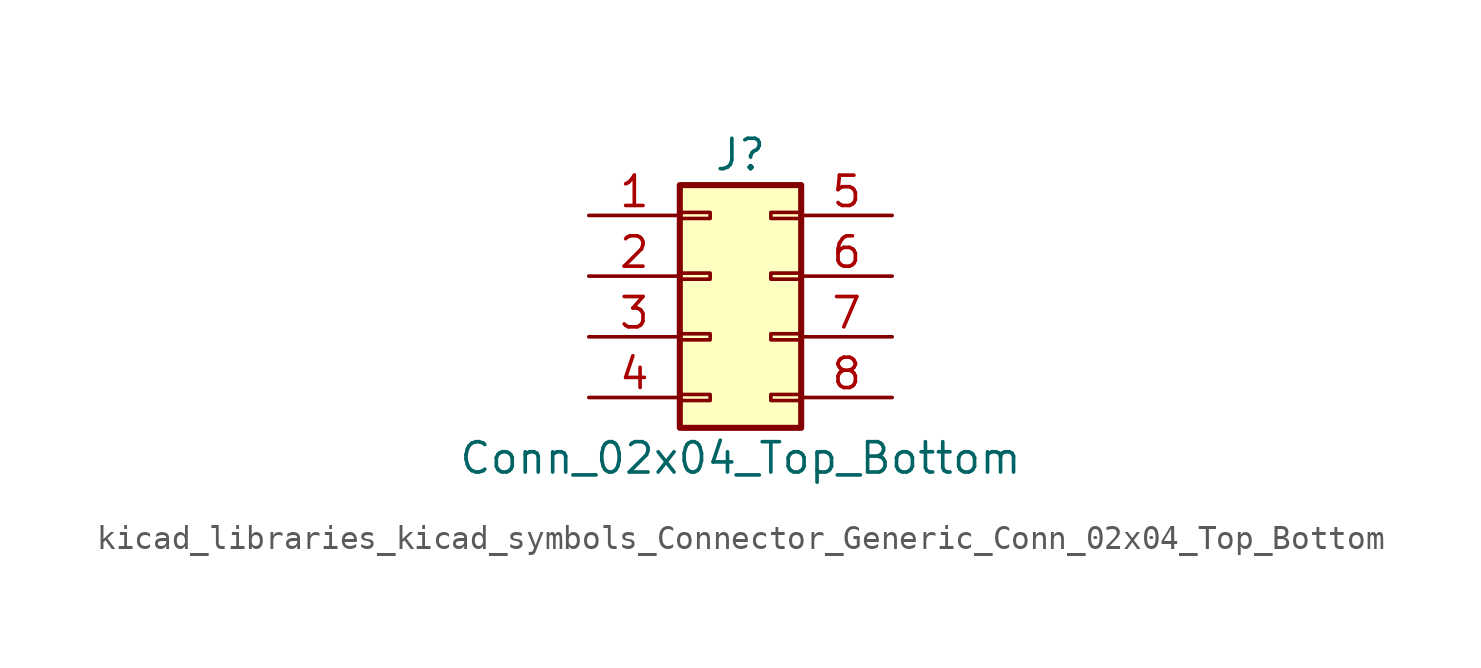
<source format=kicad_sym>
(kicad_symbol_lib
  (version 20220914)
  (generator kicad_symbol_editor)
  (symbol "kicad_libraries_kicad_symbols_Connector_Generic_Conn_02x04_Top_Bottom"
    (pin_names
      (offset 1.016) hide)
    (property "Reference" "J"
      (at 1.27 5.08 0)
      (effects (font (size 1.27 1.27))))
    (property "Value" "Conn_02x04_Top_Bottom"
      (at 1.27 -7.62 0)
      (effects (font (size 1.27 1.27))))
    (symbol "kicad_libraries_kicad_symbols_Connector_Generic_Conn_02x04_Top_Bottom_1_1"
      (rectangle (start -1.27 -4.953) (end 0 -5.207) (stroke (width 0.152) (type default)) (fill (type none)))
      (rectangle (start -1.27 -2.413) (end 0 -2.667) (stroke (width 0.152) (type default)) (fill (type none)))
      (rectangle (start -1.27 0.127) (end 0 -0.127) (stroke (width 0.152) (type default)) (fill (type none)))
      (rectangle (start -1.27 2.667) (end 0 2.413) (stroke (width 0.152) (type default)) (fill (type none)))
      (rectangle (start -1.27 3.81) (end 3.81 -6.35) (stroke (width 0.254) (type default)) (fill (type background)))
      (rectangle (start 3.81 -4.953) (end 2.54 -5.207) (stroke (width 0.152) (type default)) (fill (type none)))
      (rectangle (start 3.81 -2.413) (end 2.54 -2.667) (stroke (width 0.152) (type default)) (fill (type none)))
      (rectangle (start 3.81 0.127) (end 2.54 -0.127) (stroke (width 0.152) (type default)) (fill (type none)))
      (rectangle (start 3.81 2.667) (end 2.54 2.413) (stroke (width 0.152) (type default)) (fill (type none)))
      (pin passive line (at -5.08 2.54 0) (length 3.81) (name "Pin_1" (effects (font (size 1.27 1.27)))) (number "1" (effects (font (size 1.27 1.27)))))
      (pin passive line (at -5.08 0 0) (length 3.81) (name "Pin_2" (effects (font (size 1.27 1.27)))) (number "2" (effects (font (size 1.27 1.27)))))
      (pin passive line (at -5.08 -2.54 0) (length 3.81) (name "Pin_3" (effects (font (size 1.27 1.27)))) (number "3" (effects (font (size 1.27 1.27)))))
      (pin passive line (at -5.08 -5.08 0) (length 3.81) (name "Pin_4" (effects (font (size 1.27 1.27)))) (number "4" (effects (font (size 1.27 1.27)))))
      (pin passive line (at 7.62 2.54 180) (length 3.81) (name "Pin_5" (effects (font (size 1.27 1.27)))) (number "5" (effects (font (size 1.27 1.27)))))
      (pin passive line (at 7.62 0 180) (length 3.81) (name "Pin_6" (effects (font (size 1.27 1.27)))) (number "6" (effects (font (size 1.27 1.27)))))
      (pin passive line (at 7.62 -2.54 180) (length 3.81) (name "Pin_7" (effects (font (size 1.27 1.27)))) (number "7" (effects (font (size 1.27 1.27)))))
      (pin passive line (at 7.62 -5.08 180) (length 3.81) (name "Pin_8" (effects (font (size 1.27 1.27)))) (number "8" (effects (font (size 1.27 1.27))))))))
</source>
